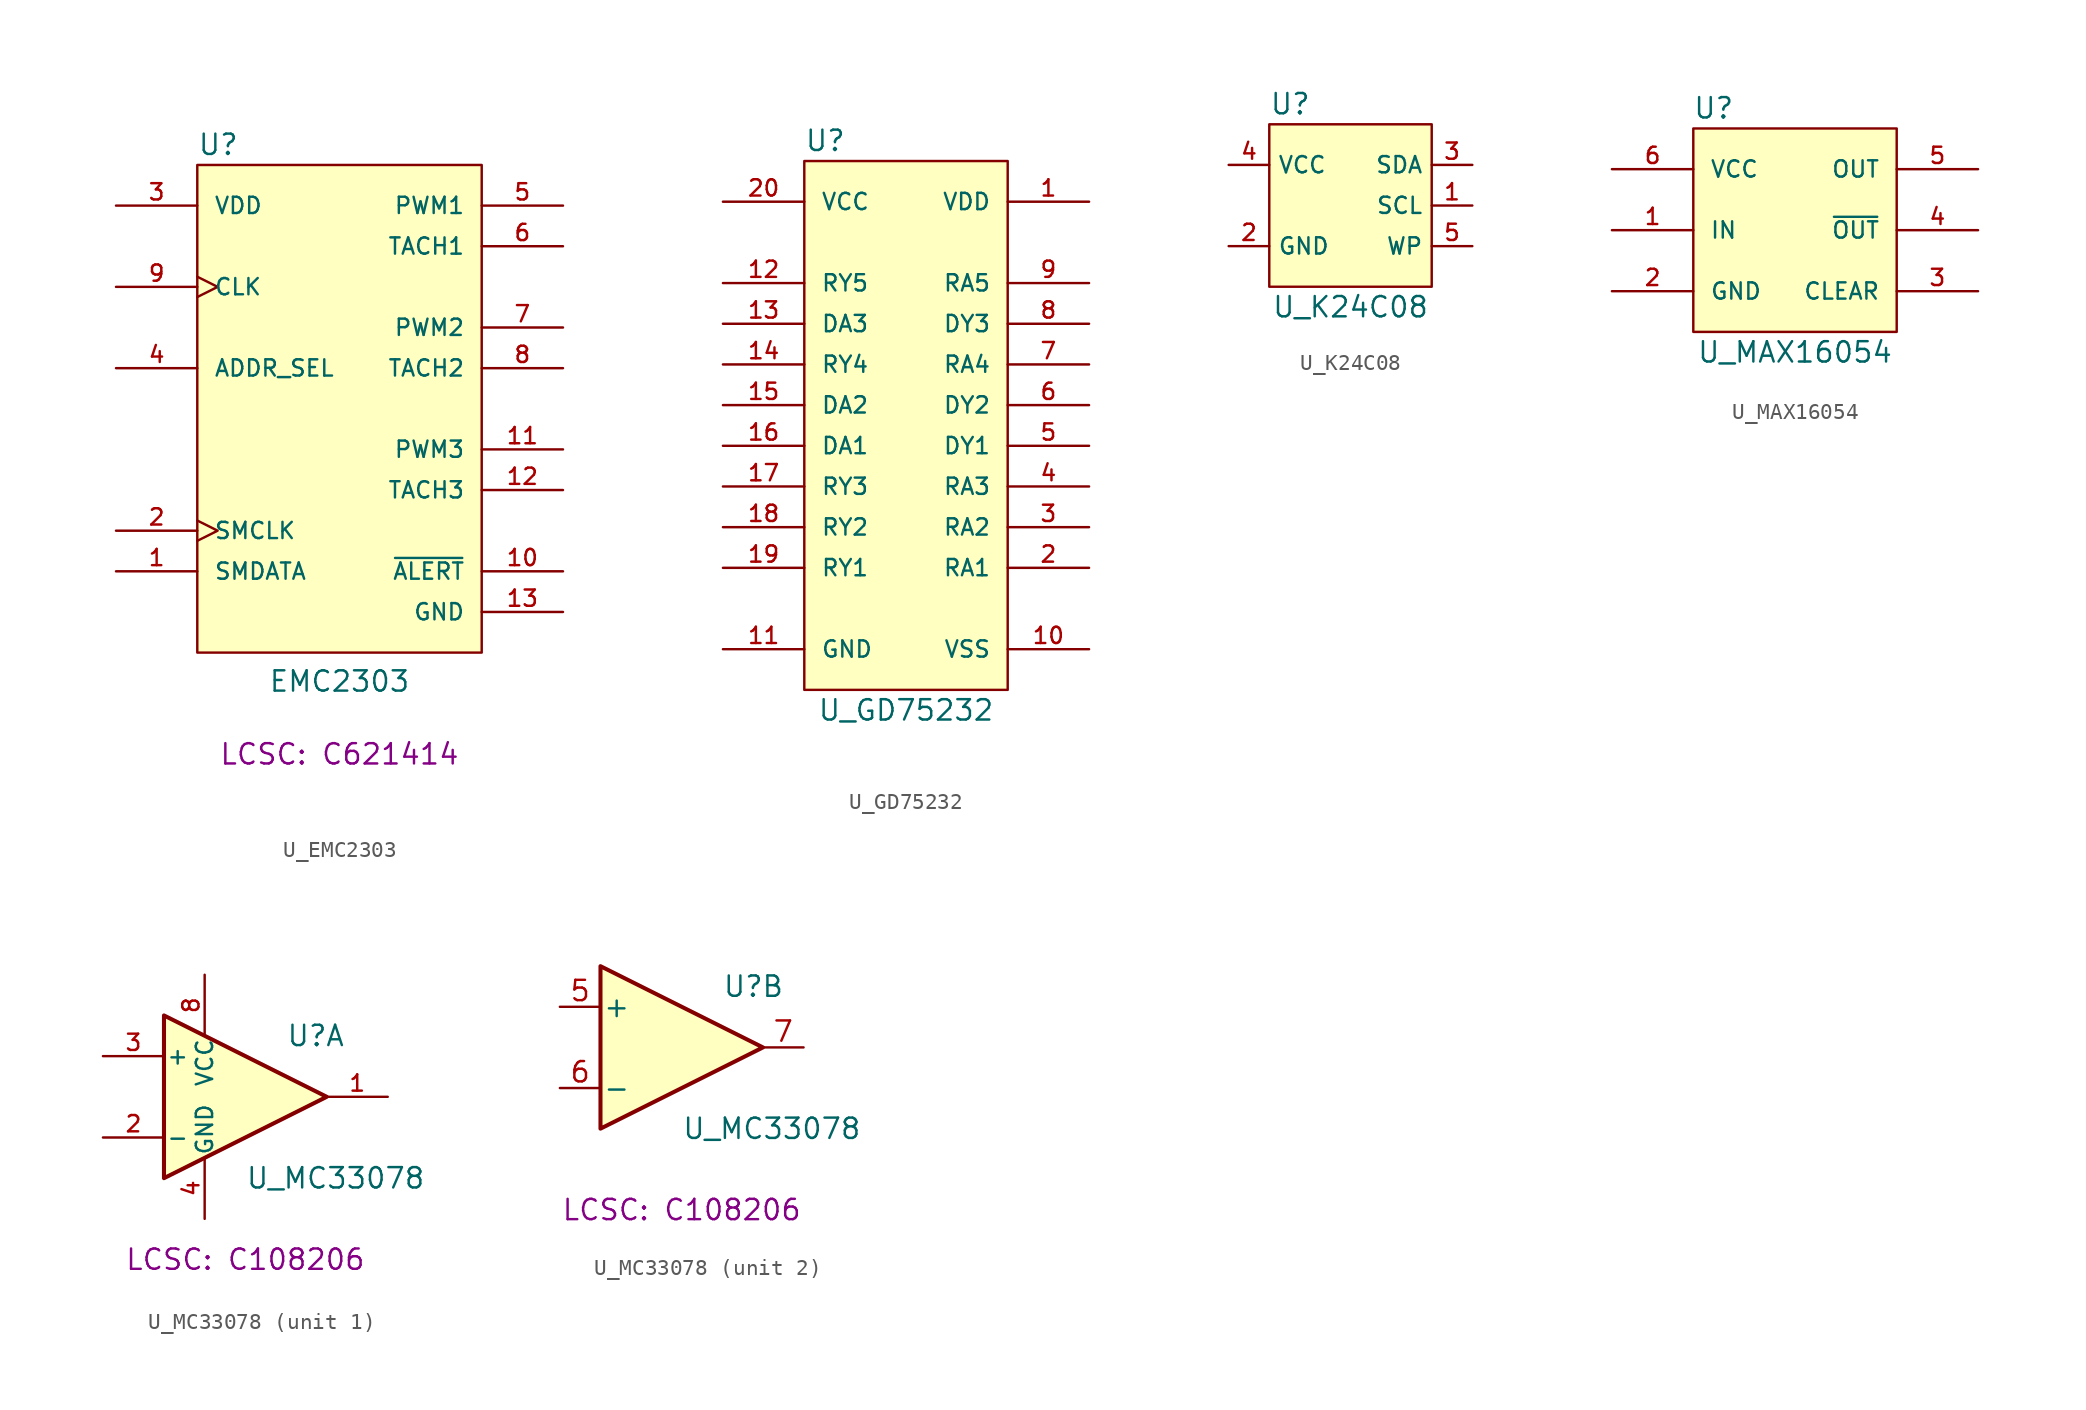
<source format=kicad_sym>
(kicad_symbol_lib
  (version 20220914)
  (generator kicad_symbol_editor)
  (symbol "U_EMC2303"
    (pin_names
      (offset 1.016))
    (property "Reference" "U"
      (at -8.89 16.51 0)
      (effects (font (size 1.27 1.27)) (justify left)))
    (property "Value" "EMC2303"
      (at 0 -17.78 0)
      (effects (font (size 1.27 1.27)) (justify bottom)))
    (property "LCSC" "C621414"
      (at 0 -21.59 0)
      (show_name)
      (effects (font (size 1.27 1.27))))
    (symbol "U_EMC2303_0_0"
      (pin bidirectional line (at -13.97 -10.16 0) (length 5.08) (name "SMDATA" (effects (font (size 1.016 1.016)))) (number "1" (effects (font (size 1.016 1.016)))))
      (pin output line (at 13.97 -10.16 180) (length 5.08) (name "~{ALERT}" (effects (font (size 1.016 1.016)))) (number "10" (effects (font (size 1.016 1.016)))))
      (pin output line (at 13.97 -2.54 180) (length 5.08) (name "PWM3" (effects (font (size 1.016 1.016)))) (number "11" (effects (font (size 1.016 1.016)))))
      (pin input line (at 13.97 -5.08 180) (length 5.08) (name "TACH3" (effects (font (size 1.016 1.016)))) (number "12" (effects (font (size 1.016 1.016)))))
      (pin power_in line (at 13.97 -12.7 180) (length 5.08) (name "GND" (effects (font (size 1.016 1.016)))) (number "13" (effects (font (size 1.016 1.016)))))
      (pin input clock (at -13.97 -7.62 0) (length 5.08) (name "SMCLK" (effects (font (size 1.016 1.016)))) (number "2" (effects (font (size 1.016 1.016)))))
      (pin power_in line (at -13.97 12.7 0) (length 5.08) (name "VDD" (effects (font (size 1.016 1.016)))) (number "3" (effects (font (size 1.016 1.016)))))
      (pin input line (at -13.97 2.54 0) (length 5.08) (name "ADDR_SEL" (effects (font (size 1.016 1.016)))) (number "4" (effects (font (size 1.016 1.016)))))
      (pin output line (at 13.97 12.7 180) (length 5.08) (name "PWM1" (effects (font (size 1.016 1.016)))) (number "5" (effects (font (size 1.016 1.016)))))
      (pin input line (at 13.97 10.16 180) (length 5.08) (name "TACH1" (effects (font (size 1.016 1.016)))) (number "6" (effects (font (size 1.016 1.016)))))
      (pin output line (at 13.97 5.08 180) (length 5.08) (name "PWM2" (effects (font (size 1.016 1.016)))) (number "7" (effects (font (size 1.016 1.016)))))
      (pin input line (at 13.97 2.54 180) (length 5.08) (name "TACH2" (effects (font (size 1.016 1.016)))) (number "8" (effects (font (size 1.016 1.016)))))
      (pin input clock (at -13.97 7.62 0) (length 5.08) (name "CLK" (effects (font (size 1.016 1.016)))) (number "9" (effects (font (size 1.016 1.016))))))
    (symbol "U_EMC2303_1_0"
      (rectangle (start -8.89 15.24) (end 8.89 -15.24) (stroke (width 0) (type default)) (fill (type background)))))
  (symbol "U_GD75232"
    (pin_names
      (offset 1.016))
    (property "Reference" "U"
      (at -6.35 29.21 0)
      (effects (font (size 1.27 1.27)) (justify left)))
    (property "Value" "U_GD75232"
      (at 0 -6.35 0)
      (effects (font (size 1.27 1.27))))
    (symbol "U_GD75232_0_1"
      (rectangle (start -6.35 27.94) (end 6.35 -5.08) (stroke (width 0) (type solid)) (fill (type background))))
    (symbol "U_GD75232_1_1"
      (pin power_in line (at 11.43 25.4 180) (length 5.08) (name "VDD" (effects (font (size 1.016 1.016)))) (number "1" (effects (font (size 1.016 1.016)))))
      (pin power_in line (at 11.43 -2.54 180) (length 5.08) (name "VSS" (effects (font (size 1.016 1.016)))) (number "10" (effects (font (size 1.016 1.016)))))
      (pin power_in line (at -11.43 -2.54 0) (length 5.08) (name "GND" (effects (font (size 1.016 1.016)))) (number "11" (effects (font (size 1.016 1.016)))))
      (pin output line (at -11.43 20.32 0) (length 5.08) (name "RY5" (effects (font (size 1.016 1.016)))) (number "12" (effects (font (size 1.016 1.016)))))
      (pin input line (at -11.43 17.78 0) (length 5.08) (name "DA3" (effects (font (size 1.016 1.016)))) (number "13" (effects (font (size 1.016 1.016)))))
      (pin output line (at -11.43 15.24 0) (length 5.08) (name "RY4" (effects (font (size 1.016 1.016)))) (number "14" (effects (font (size 1.016 1.016)))))
      (pin input line (at -11.43 12.7 0) (length 5.08) (name "DA2" (effects (font (size 1.016 1.016)))) (number "15" (effects (font (size 1.016 1.016)))))
      (pin input line (at -11.43 10.16 0) (length 5.08) (name "DA1" (effects (font (size 1.016 1.016)))) (number "16" (effects (font (size 1.016 1.016)))))
      (pin output line (at -11.43 7.62 0) (length 5.08) (name "RY3" (effects (font (size 1.016 1.016)))) (number "17" (effects (font (size 1.016 1.016)))))
      (pin output line (at -11.43 5.08 0) (length 5.08) (name "RY2" (effects (font (size 1.016 1.016)))) (number "18" (effects (font (size 1.016 1.016)))))
      (pin output line (at -11.43 2.54 0) (length 5.08) (name "RY1" (effects (font (size 1.016 1.016)))) (number "19" (effects (font (size 1.016 1.016)))))
      (pin input line (at 11.43 2.54 180) (length 5.08) (name "RA1" (effects (font (size 1.016 1.016)))) (number "2" (effects (font (size 1.016 1.016)))))
      (pin power_in line (at -11.43 25.4 0) (length 5.08) (name "VCC" (effects (font (size 1.016 1.016)))) (number "20" (effects (font (size 1.016 1.016)))))
      (pin input line (at 11.43 5.08 180) (length 5.08) (name "RA2" (effects (font (size 1.016 1.016)))) (number "3" (effects (font (size 1.016 1.016)))))
      (pin input line (at 11.43 7.62 180) (length 5.08) (name "RA3" (effects (font (size 1.016 1.016)))) (number "4" (effects (font (size 1.016 1.016)))))
      (pin output line (at 11.43 10.16 180) (length 5.08) (name "DY1" (effects (font (size 1.016 1.016)))) (number "5" (effects (font (size 1.016 1.016)))))
      (pin output line (at 11.43 12.7 180) (length 5.08) (name "DY2" (effects (font (size 1.016 1.016)))) (number "6" (effects (font (size 1.016 1.016)))))
      (pin input line (at 11.43 15.24 180) (length 5.08) (name "RA4" (effects (font (size 1.016 1.016)))) (number "7" (effects (font (size 1.016 1.016)))))
      (pin output line (at 11.43 17.78 180) (length 5.08) (name "DY3" (effects (font (size 1.016 1.016)))) (number "8" (effects (font (size 1.016 1.016)))))
      (pin input line (at 11.43 20.32 180) (length 5.08) (name "RA5" (effects (font (size 1.016 1.016)))) (number "9" (effects (font (size 1.016 1.016)))))))
  (symbol "U_K24C08"
    (property "Reference" "U"
      (at -5.08 6.35 0)
      (effects (font (size 1.27 1.27)) (justify left)))
    (property "Value" "U_K24C08"
      (at 0 -6.35 0)
      (effects (font (size 1.27 1.27))))
    (symbol "U_K24C08_1_1"
      (rectangle (start -5.08 5.08) (end 5.08 -5.08) (stroke (width 0) (type default)) (fill (type background)))
      (pin input line (at 7.62 0 180) (length 2.54) (name "SCL" (effects (font (size 1.016 1.016)))) (number "1" (effects (font (size 1.016 1.016)))))
      (pin power_in line (at -7.62 -2.54 0) (length 2.54) (name "GND" (effects (font (size 1.016 1.016)))) (number "2" (effects (font (size 1.016 1.016)))))
      (pin bidirectional line (at 7.62 2.54 180) (length 2.54) (name "SDA" (effects (font (size 1.016 1.016)))) (number "3" (effects (font (size 1.016 1.016)))))
      (pin power_in line (at -7.62 2.54 0) (length 2.54) (name "VCC" (effects (font (size 1.016 1.016)))) (number "4" (effects (font (size 1.016 1.016)))))
      (pin input line (at 7.62 -2.54 180) (length 2.54) (name "WP" (effects (font (size 1.016 1.016)))) (number "5" (effects (font (size 1.016 1.016)))))))
  (symbol "U_MAX16054"
    (pin_names
      (offset 1.016))
    (property "Reference" "U"
      (at -5.08 7.62 0)
      (effects (font (size 1.27 1.27))))
    (property "Value" "U_MAX16054"
      (at 0 -7.62 0)
      (effects (font (size 1.27 1.27))))
    (symbol "U_MAX16054_0_1"
      (rectangle (start -6.35 6.35) (end 6.35 -6.35) (stroke (width 0) (type default)) (fill (type background))))
    (symbol "U_MAX16054_1_1"
      (pin input line (at -11.43 0 0) (length 5.08) (name "IN" (effects (font (size 1.016 1.016)))) (number "1" (effects (font (size 1.016 1.016)))))
      (pin power_in line (at -11.43 -3.81 0) (length 5.08) (name "GND" (effects (font (size 1.016 1.016)))) (number "2" (effects (font (size 1.016 1.016)))))
      (pin input line (at 11.43 -3.81 180) (length 5.08) (name "CLEAR" (effects (font (size 1.016 1.016)))) (number "3" (effects (font (size 1.016 1.016)))))
      (pin output line (at 11.43 0 180) (length 5.08) (name "~{OUT}" (effects (font (size 1.016 1.016)))) (number "4" (effects (font (size 1.016 1.016)))))
      (pin output line (at 11.43 3.81 180) (length 5.08) (name "OUT" (effects (font (size 1.016 1.016)))) (number "5" (effects (font (size 1.016 1.016)))))
      (pin power_in line (at -11.43 3.81 0) (length 5.08) (name "VCC" (effects (font (size 1.016 1.016)))) (number "6" (effects (font (size 1.016 1.016)))))))
  (symbol "U_MC33078"
    (pin_names
      (offset 0.127))
    (property "Reference" "U"
      (at 2.54 3.81 0)
      (effects (font (size 1.27 1.27)) (justify left)))
    (property "Value" "U_MC33078"
      (at 0 -5.08 0)
      (effects (font (size 1.27 1.27)) (justify left)))
    (property "LCSC" "C108206"
      (at 0 -10.16 0)
      (show_name)
      (effects (font (size 1.27 1.27))))
    (property "ki_locked" ""
      (at 0 0 0)
      (effects (font (size 1.27 1.27))))
    (symbol "U_MC33078_1_1"
      (polyline (pts (xy -5.08 5.08) (xy 5.08 0) (xy -5.08 -5.08) (xy -5.08 5.08)) (stroke (width 0.254) (type default)) (fill (type background)))
      (pin output line (at 8.89 0 180) (length 3.81) (name "~" (effects (font (size 1.016 1.016)))) (number "1" (effects (font (size 1.016 1.016)))))
      (pin input line (at -8.89 -2.54 0) (length 3.81) (name "-" (effects (font (size 1.016 1.016)))) (number "2" (effects (font (size 1.016 1.016)))))
      (pin input line (at -8.89 2.54 0) (length 3.81) (name "+" (effects (font (size 1.016 1.016)))) (number "3" (effects (font (size 1.016 1.016)))))
      (pin power_in line (at -2.54 -7.62 90) (length 3.81) (name "GND" (effects (font (size 1.016 1.016)))) (number "4" (effects (font (size 1.016 1.016)))))
      (pin power_in line (at -2.54 7.62 270) (length 3.81) (name "VCC" (effects (font (size 1.016 1.016)))) (number "8" (effects (font (size 1.016 1.016))))))
    (symbol "U_MC33078_2_1"
      (polyline (pts (xy -5.08 5.08) (xy 5.08 0) (xy -5.08 -5.08) (xy -5.08 5.08)) (stroke (width 0.254) (type default)) (fill (type background)))
      (pin input line (at -7.62 2.54 0) (length 2.54) (name "+" (effects (font (size 1.27 1.27)))) (number "5" (effects (font (size 1.27 1.27)))))
      (pin input line (at -7.62 -2.54 0) (length 2.54) (name "-" (effects (font (size 1.27 1.27)))) (number "6" (effects (font (size 1.27 1.27)))))
      (pin output line (at 7.62 0 180) (length 2.54) (name "~" (effects (font (size 1.27 1.27)))) (number "7" (effects (font (size 1.27 1.27))))))))
</source>
